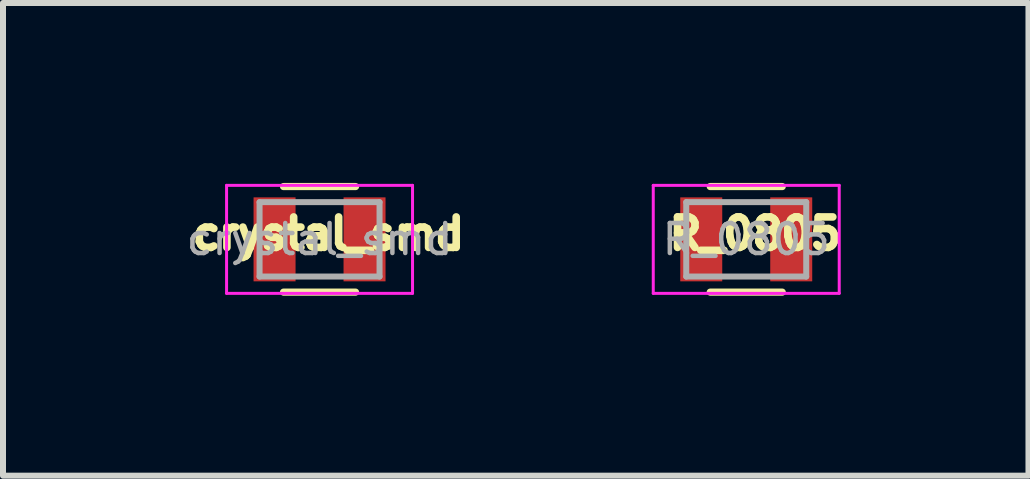
<source format=kicad_pcb>
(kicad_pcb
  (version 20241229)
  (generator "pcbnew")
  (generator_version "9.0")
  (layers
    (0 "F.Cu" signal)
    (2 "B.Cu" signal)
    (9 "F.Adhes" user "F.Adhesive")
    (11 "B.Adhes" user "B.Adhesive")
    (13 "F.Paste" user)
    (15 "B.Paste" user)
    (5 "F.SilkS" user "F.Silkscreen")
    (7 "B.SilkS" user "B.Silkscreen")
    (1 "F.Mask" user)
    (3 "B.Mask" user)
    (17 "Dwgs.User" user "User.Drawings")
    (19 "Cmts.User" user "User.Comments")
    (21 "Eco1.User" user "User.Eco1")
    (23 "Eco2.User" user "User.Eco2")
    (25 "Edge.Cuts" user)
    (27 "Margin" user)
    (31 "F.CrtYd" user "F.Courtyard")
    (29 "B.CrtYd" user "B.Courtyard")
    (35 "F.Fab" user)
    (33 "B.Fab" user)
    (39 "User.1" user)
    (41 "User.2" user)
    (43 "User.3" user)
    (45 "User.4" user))
  (footprint "R_0805"
    (layer "F.Cu")
    (at 9.39 0.94)
    (property "Reference" "R_0805" (at 0.149 -0.094 0) (layer "F.SilkS") (effects (font (size 0.508 0.508) (thickness 0.127))))
    (attr smd)
    (fp_line (start -0.6 -0.88) (end 0.6 -0.88) (stroke (width 0.12) (type solid)) (layer "F.SilkS"))
    (fp_line (start 0.6 0.88) (end -0.6 0.88) (stroke (width 0.12) (type solid)) (layer "F.SilkS"))
    (fp_line (start -1.55 -0.9) (end -1.55 0.9) (stroke (width 0.05) (type solid)) (layer "F.CrtYd"))
    (fp_line (start -1.55 -0.9) (end 1.55 -0.9) (stroke (width 0.05) (type solid)) (layer "F.CrtYd"))
    (fp_line (start 1.55 0.9) (end -1.55 0.9) (stroke (width 0.05) (type solid)) (layer "F.CrtYd"))
    (fp_line (start 1.55 0.9) (end 1.55 -0.9) (stroke (width 0.05) (type solid)) (layer "F.CrtYd"))
    (fp_line (start -1 -0.62) (end 1 -0.62) (stroke (width 0.1) (type solid)) (layer "F.Fab"))
    (fp_line (start -1 0.62) (end -1 -0.62) (stroke (width 0.1) (type solid)) (layer "F.Fab"))
    (fp_line (start 1 -0.62) (end 1 0.62) (stroke (width 0.1) (type solid)) (layer "F.Fab"))
    (fp_line (start 1 0.62) (end -1 0.62) (stroke (width 0.1) (type solid)) (layer "F.Fab"))
    (fp_text user "${REFERENCE}" (at 0 0 0) (layer "F.Fab") (effects (font (size 0.5 0.5) (thickness 0.075))))
    (pad "1" smd rect (at -0.75 0) (size 0.7 1.4) (layers "F.Cu" "F.Mask" "F.Paste"))
    (pad "2" smd rect (at 0.75 0) (size 0.7 1.4) (layers "F.Cu" "F.Mask" "F.Paste")))
  (footprint "crystal_smd"
    (layer "F.Cu")
    (at 2.277 0.94)
    (property "Reference" "crystal_smd" (at 0.149 -0.094 0) (layer "F.SilkS") (effects (font (size 0.508 0.508) (thickness 0.127))))
    (attr smd)
    (fp_line (start -0.6 -0.88) (end 0.6 -0.88) (stroke (width 0.12) (type solid)) (layer "F.SilkS"))
    (fp_line (start 0.6 0.88) (end -0.6 0.88) (stroke (width 0.12) (type solid)) (layer "F.SilkS"))
    (fp_line (start -1.55 -0.9) (end -1.55 0.9) (stroke (width 0.05) (type solid)) (layer "F.CrtYd"))
    (fp_line (start -1.55 -0.9) (end 1.55 -0.9) (stroke (width 0.05) (type solid)) (layer "F.CrtYd"))
    (fp_line (start 1.55 0.9) (end -1.55 0.9) (stroke (width 0.05) (type solid)) (layer "F.CrtYd"))
    (fp_line (start 1.55 0.9) (end 1.55 -0.9) (stroke (width 0.05) (type solid)) (layer "F.CrtYd"))
    (fp_line (start -1 -0.62) (end 1 -0.62) (stroke (width 0.1) (type solid)) (layer "F.Fab"))
    (fp_line (start -1 0.62) (end -1 -0.62) (stroke (width 0.1) (type solid)) (layer "F.Fab"))
    (fp_line (start 1 -0.62) (end 1 0.62) (stroke (width 0.1) (type solid)) (layer "F.Fab"))
    (fp_line (start 1 0.62) (end -1 0.62) (stroke (width 0.1) (type solid)) (layer "F.Fab"))
    (fp_text user "${REFERENCE}" (at 0 0 0) (layer "F.Fab") (effects (font (size 0.5 0.5) (thickness 0.075))))
    (pad "1" smd rect (at -0.75 0) (size 0.7 1.4) (layers "F.Cu" "F.Mask" "F.Paste"))
    (pad "2" smd rect (at 0.75 0) (size 0.7 1.4) (layers "F.Cu" "F.Mask" "F.Paste")))
  (gr_rect
    (start -3 -3)
    (end 14.095 4.88)
    (stroke (width 0.1) (type default))
    (fill no)
    (layer "Edge.Cuts")))
</source>
